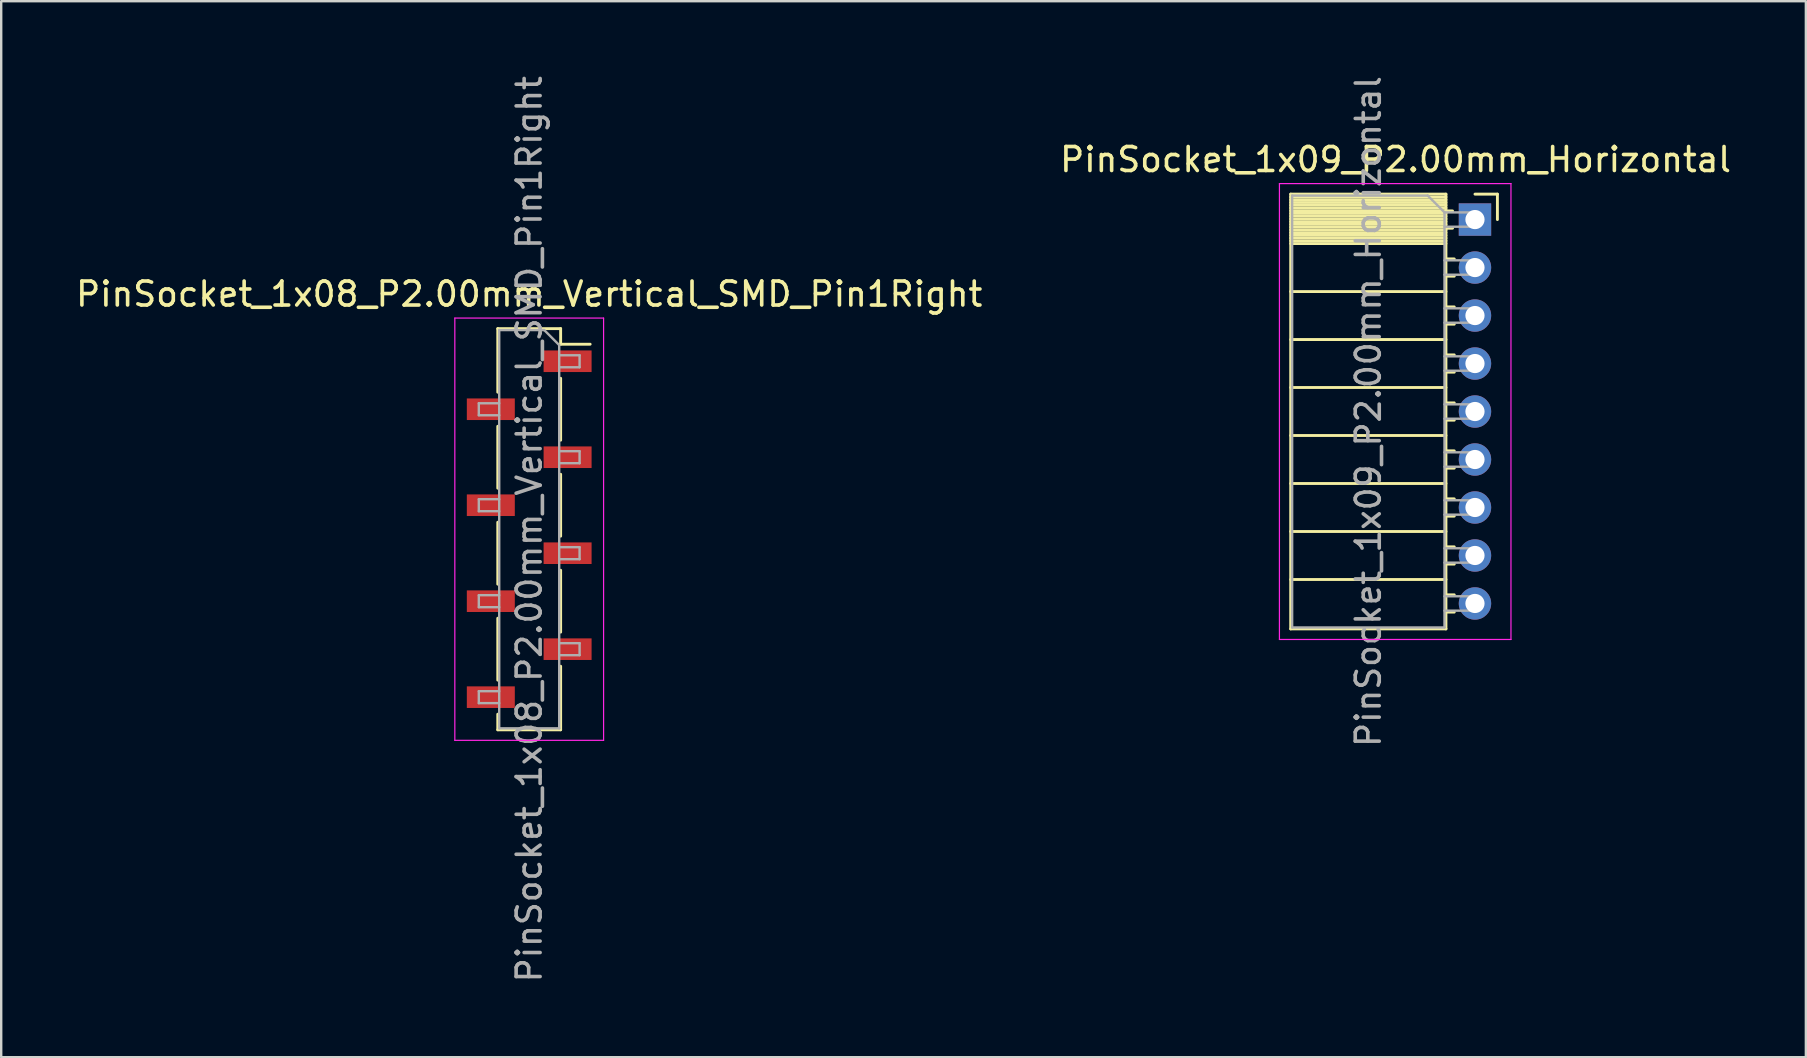
<source format=kicad_pcb>
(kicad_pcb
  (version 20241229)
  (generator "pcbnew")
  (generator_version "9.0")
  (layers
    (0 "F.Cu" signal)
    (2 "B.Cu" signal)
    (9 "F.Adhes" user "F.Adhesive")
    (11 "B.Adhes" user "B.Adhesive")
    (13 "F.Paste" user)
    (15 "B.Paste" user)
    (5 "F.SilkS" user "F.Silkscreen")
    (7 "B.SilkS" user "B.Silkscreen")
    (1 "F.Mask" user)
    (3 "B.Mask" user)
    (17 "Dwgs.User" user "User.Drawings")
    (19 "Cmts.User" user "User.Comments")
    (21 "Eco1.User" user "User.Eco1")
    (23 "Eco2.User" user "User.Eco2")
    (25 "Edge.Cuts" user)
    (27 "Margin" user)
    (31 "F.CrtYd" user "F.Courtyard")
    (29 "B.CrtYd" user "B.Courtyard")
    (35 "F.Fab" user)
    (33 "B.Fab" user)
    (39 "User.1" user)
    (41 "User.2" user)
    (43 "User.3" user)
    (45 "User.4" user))
  (footprint "PinSocket_1x09_P2.00mm_Horizontal"
    (layer "F.Cu")
    (at 58.423 6.101)
    (property "Reference" "PinSocket_1x09_P2.00mm_Horizontal" (at -3.31 -2.5 0) (layer "F.SilkS") (effects (font (size 1 1) (thickness 0.15))))
    (attr through_hole)
    (fp_line (start -7.68 -1.06) (end -7.68 17.06) (stroke (width 0.12) (type solid)) (layer "F.SilkS"))
    (fp_line (start -7.68 -1.06) (end -1.21 -1.06) (stroke (width 0.12) (type solid)) (layer "F.SilkS"))
    (fp_line (start -7.68 -0.94) (end -1.21 -0.94) (stroke (width 0.12) (type solid)) (layer "F.SilkS"))
    (fp_line (start -7.68 -0.826) (end -1.21 -0.826) (stroke (width 0.12) (type solid)) (layer "F.SilkS"))
    (fp_line (start -7.68 -0.712) (end -1.21 -0.712) (stroke (width 0.12) (type solid)) (layer "F.SilkS"))
    (fp_line (start -7.68 -0.598) (end -1.21 -0.598) (stroke (width 0.12) (type solid)) (layer "F.SilkS"))
    (fp_line (start -7.68 -0.484) (end -1.21 -0.484) (stroke (width 0.12) (type solid)) (layer "F.SilkS"))
    (fp_line (start -7.68 -0.369) (end -1.21 -0.369) (stroke (width 0.12) (type solid)) (layer "F.SilkS"))
    (fp_line (start -7.68 -0.255) (end -1.21 -0.255) (stroke (width 0.12) (type solid)) (layer "F.SilkS"))
    (fp_line (start -7.68 -0.141) (end -1.21 -0.141) (stroke (width 0.12) (type solid)) (layer "F.SilkS"))
    (fp_line (start -7.68 -0.027) (end -1.21 -0.027) (stroke (width 0.12) (type solid)) (layer "F.SilkS"))
    (fp_line (start -7.68 0.087) (end -1.21 0.087) (stroke (width 0.12) (type solid)) (layer "F.SilkS"))
    (fp_line (start -7.68 0.201) (end -1.21 0.201) (stroke (width 0.12) (type solid)) (layer "F.SilkS"))
    (fp_line (start -7.68 0.315) (end -1.21 0.315) (stroke (width 0.12) (type solid)) (layer "F.SilkS"))
    (fp_line (start -7.68 0.429) (end -1.21 0.429) (stroke (width 0.12) (type solid)) (layer "F.SilkS"))
    (fp_line (start -7.68 0.544) (end -1.21 0.544) (stroke (width 0.12) (type solid)) (layer "F.SilkS"))
    (fp_line (start -7.68 0.658) (end -1.21 0.658) (stroke (width 0.12) (type solid)) (layer "F.SilkS"))
    (fp_line (start -7.68 0.772) (end -1.21 0.772) (stroke (width 0.12) (type solid)) (layer "F.SilkS"))
    (fp_line (start -7.68 0.886) (end -1.21 0.886) (stroke (width 0.12) (type solid)) (layer "F.SilkS"))
    (fp_line (start -7.68 1) (end -1.21 1) (stroke (width 0.12) (type solid)) (layer "F.SilkS"))
    (fp_line (start -7.68 3) (end -1.21 3) (stroke (width 0.12) (type solid)) (layer "F.SilkS"))
    (fp_line (start -7.68 5) (end -1.21 5) (stroke (width 0.12) (type solid)) (layer "F.SilkS"))
    (fp_line (start -7.68 7) (end -1.21 7) (stroke (width 0.12) (type solid)) (layer "F.SilkS"))
    (fp_line (start -7.68 9) (end -1.21 9) (stroke (width 0.12) (type solid)) (layer "F.SilkS"))
    (fp_line (start -7.68 11) (end -1.21 11) (stroke (width 0.12) (type solid)) (layer "F.SilkS"))
    (fp_line (start -7.68 13) (end -1.21 13) (stroke (width 0.12) (type solid)) (layer "F.SilkS"))
    (fp_line (start -7.68 15) (end -1.21 15) (stroke (width 0.12) (type solid)) (layer "F.SilkS"))
    (fp_line (start -7.68 17.06) (end -1.21 17.06) (stroke (width 0.12) (type solid)) (layer "F.SilkS"))
    (fp_line (start -1.21 -1.06) (end -1.21 17.06) (stroke (width 0.12) (type solid)) (layer "F.SilkS"))
    (fp_line (start -1.21 -0.36) (end -0.935 -0.36) (stroke (width 0.12) (type solid)) (layer "F.SilkS"))
    (fp_line (start -1.21 0.36) (end -0.935 0.36) (stroke (width 0.12) (type solid)) (layer "F.SilkS"))
    (fp_line (start -1.21 1.64) (end -0.863 1.64) (stroke (width 0.12) (type solid)) (layer "F.SilkS"))
    (fp_line (start -1.21 2.36) (end -0.863 2.36) (stroke (width 0.12) (type solid)) (layer "F.SilkS"))
    (fp_line (start -1.21 3.64) (end -0.863 3.64) (stroke (width 0.12) (type solid)) (layer "F.SilkS"))
    (fp_line (start -1.21 4.36) (end -0.863 4.36) (stroke (width 0.12) (type solid)) (layer "F.SilkS"))
    (fp_line (start -1.21 5.64) (end -0.863 5.64) (stroke (width 0.12) (type solid)) (layer "F.SilkS"))
    (fp_line (start -1.21 6.36) (end -0.863 6.36) (stroke (width 0.12) (type solid)) (layer "F.SilkS"))
    (fp_line (start -1.21 7.64) (end -0.863 7.64) (stroke (width 0.12) (type solid)) (layer "F.SilkS"))
    (fp_line (start -1.21 8.36) (end -0.863 8.36) (stroke (width 0.12) (type solid)) (layer "F.SilkS"))
    (fp_line (start -1.21 9.64) (end -0.863 9.64) (stroke (width 0.12) (type solid)) (layer "F.SilkS"))
    (fp_line (start -1.21 10.36) (end -0.863 10.36) (stroke (width 0.12) (type solid)) (layer "F.SilkS"))
    (fp_line (start -1.21 11.64) (end -0.863 11.64) (stroke (width 0.12) (type solid)) (layer "F.SilkS"))
    (fp_line (start -1.21 12.36) (end -0.863 12.36) (stroke (width 0.12) (type solid)) (layer "F.SilkS"))
    (fp_line (start -1.21 13.64) (end -0.863 13.64) (stroke (width 0.12) (type solid)) (layer "F.SilkS"))
    (fp_line (start -1.21 14.36) (end -0.863 14.36) (stroke (width 0.12) (type solid)) (layer "F.SilkS"))
    (fp_line (start -1.21 15.64) (end -0.863 15.64) (stroke (width 0.12) (type solid)) (layer "F.SilkS"))
    (fp_line (start -1.21 16.36) (end -0.863 16.36) (stroke (width 0.12) (type solid)) (layer "F.SilkS"))
    (fp_line (start 0 -1.06) (end 0.935 -1.06) (stroke (width 0.12) (type solid)) (layer "F.SilkS"))
    (fp_line (start 0.935 -1.06) (end 0.935 0) (stroke (width 0.12) (type solid)) (layer "F.SilkS"))
    (fp_line (start -8.15 -1.5) (end -8.15 17.5) (stroke (width 0.05) (type solid)) (layer "F.CrtYd"))
    (fp_line (start -8.15 17.5) (end 1.5 17.5) (stroke (width 0.05) (type solid)) (layer "F.CrtYd"))
    (fp_line (start 1.5 -1.5) (end -8.15 -1.5) (stroke (width 0.05) (type solid)) (layer "F.CrtYd"))
    (fp_line (start 1.5 17.5) (end 1.5 -1.5) (stroke (width 0.05) (type solid)) (layer "F.CrtYd"))
    (fp_line (start -7.62 -1) (end -1.97 -1) (stroke (width 0.1) (type solid)) (layer "F.Fab"))
    (fp_line (start -7.62 17) (end -7.62 -1) (stroke (width 0.1) (type solid)) (layer "F.Fab"))
    (fp_line (start -1.97 -1) (end -1.27 -0.3) (stroke (width 0.1) (type solid)) (layer "F.Fab"))
    (fp_line (start -1.27 -0.3) (end -1.27 17) (stroke (width 0.1) (type solid)) (layer "F.Fab"))
    (fp_line (start -1.27 0.3) (end 0 0.3) (stroke (width 0.1) (type solid)) (layer "F.Fab"))
    (fp_line (start -1.27 2.3) (end 0 2.3) (stroke (width 0.1) (type solid)) (layer "F.Fab"))
    (fp_line (start -1.27 4.3) (end 0 4.3) (stroke (width 0.1) (type solid)) (layer "F.Fab"))
    (fp_line (start -1.27 6.3) (end 0 6.3) (stroke (width 0.1) (type solid)) (layer "F.Fab"))
    (fp_line (start -1.27 8.3) (end 0 8.3) (stroke (width 0.1) (type solid)) (layer "F.Fab"))
    (fp_line (start -1.27 10.3) (end 0 10.3) (stroke (width 0.1) (type solid)) (layer "F.Fab"))
    (fp_line (start -1.27 12.3) (end 0 12.3) (stroke (width 0.1) (type solid)) (layer "F.Fab"))
    (fp_line (start -1.27 14.3) (end 0 14.3) (stroke (width 0.1) (type solid)) (layer "F.Fab"))
    (fp_line (start -1.27 16.3) (end 0 16.3) (stroke (width 0.1) (type solid)) (layer "F.Fab"))
    (fp_line (start -1.27 17) (end -7.62 17) (stroke (width 0.1) (type solid)) (layer "F.Fab"))
    (fp_line (start 0 -0.3) (end -1.27 -0.3) (stroke (width 0.1) (type solid)) (layer "F.Fab"))
    (fp_line (start 0 0.3) (end 0 -0.3) (stroke (width 0.1) (type solid)) (layer "F.Fab"))
    (fp_line (start 0 1.7) (end -1.27 1.7) (stroke (width 0.1) (type solid)) (layer "F.Fab"))
    (fp_line (start 0 2.3) (end 0 1.7) (stroke (width 0.1) (type solid)) (layer "F.Fab"))
    (fp_line (start 0 3.7) (end -1.27 3.7) (stroke (width 0.1) (type solid)) (layer "F.Fab"))
    (fp_line (start 0 4.3) (end 0 3.7) (stroke (width 0.1) (type solid)) (layer "F.Fab"))
    (fp_line (start 0 5.7) (end -1.27 5.7) (stroke (width 0.1) (type solid)) (layer "F.Fab"))
    (fp_line (start 0 6.3) (end 0 5.7) (stroke (width 0.1) (type solid)) (layer "F.Fab"))
    (fp_line (start 0 7.7) (end -1.27 7.7) (stroke (width 0.1) (type solid)) (layer "F.Fab"))
    (fp_line (start 0 8.3) (end 0 7.7) (stroke (width 0.1) (type solid)) (layer "F.Fab"))
    (fp_line (start 0 9.7) (end -1.27 9.7) (stroke (width 0.1) (type solid)) (layer "F.Fab"))
    (fp_line (start 0 10.3) (end 0 9.7) (stroke (width 0.1) (type solid)) (layer "F.Fab"))
    (fp_line (start 0 11.7) (end -1.27 11.7) (stroke (width 0.1) (type solid)) (layer "F.Fab"))
    (fp_line (start 0 12.3) (end 0 11.7) (stroke (width 0.1) (type solid)) (layer "F.Fab"))
    (fp_line (start 0 13.7) (end -1.27 13.7) (stroke (width 0.1) (type solid)) (layer "F.Fab"))
    (fp_line (start 0 14.3) (end 0 13.7) (stroke (width 0.1) (type solid)) (layer "F.Fab"))
    (fp_line (start 0 15.7) (end -1.27 15.7) (stroke (width 0.1) (type solid)) (layer "F.Fab"))
    (fp_line (start 0 16.3) (end 0 15.7) (stroke (width 0.1) (type solid)) (layer "F.Fab"))
    (fp_text user "${REFERENCE}" (at -4.445 8 90) (layer "F.Fab") (effects (font (size 1 1) (thickness 0.15))))
    (pad "1" thru_hole rect (at 0 0) (size 1.35 1.35) (drill 0.8) (layers "*.Cu" "*.Mask"))
    (pad "2" thru_hole oval (at 0 2) (size 1.35 1.35) (drill 0.8) (layers "*.Cu" "*.Mask"))
    (pad "3" thru_hole oval (at 0 4) (size 1.35 1.35) (drill 0.8) (layers "*.Cu" "*.Mask"))
    (pad "4" thru_hole oval (at 0 6) (size 1.35 1.35) (drill 0.8) (layers "*.Cu" "*.Mask"))
    (pad "5" thru_hole oval (at 0 8) (size 1.35 1.35) (drill 0.8) (layers "*.Cu" "*.Mask"))
    (pad "6" thru_hole oval (at 0 10) (size 1.35 1.35) (drill 0.8) (layers "*.Cu" "*.Mask"))
    (pad "7" thru_hole oval (at 0 12) (size 1.35 1.35) (drill 0.8) (layers "*.Cu" "*.Mask"))
    (pad "8" thru_hole oval (at 0 14) (size 1.35 1.35) (drill 0.8) (layers "*.Cu" "*.Mask"))
    (pad "9" thru_hole oval (at 0 16) (size 1.35 1.35) (drill 0.8) (layers "*.Cu" "*.Mask")))
  (footprint "PinSocket_1x08_P2.00mm_Vertical_SMD_Pin1Right"
    (layer "F.Cu")
    (at 19.006 19.006)
    (property "Reference" "PinSocket_1x08_P2.00mm_Vertical_SMD_Pin1Right" (at 0 -9.8 0) (layer "F.SilkS") (effects (font (size 1 1) (thickness 0.15))))
    (attr smd)
    (fp_line (start -1.31 -8.36) (end -1.31 -5.71) (stroke (width 0.12) (type solid)) (layer "F.SilkS"))
    (fp_line (start -1.31 -8.36) (end 1.31 -8.36) (stroke (width 0.12) (type solid)) (layer "F.SilkS"))
    (fp_line (start -1.31 -4.29) (end -1.31 -1.71) (stroke (width 0.12) (type solid)) (layer "F.SilkS"))
    (fp_line (start -1.31 -0.29) (end -1.31 2.29) (stroke (width 0.12) (type solid)) (layer "F.SilkS"))
    (fp_line (start -1.31 3.71) (end -1.31 6.29) (stroke (width 0.12) (type solid)) (layer "F.SilkS"))
    (fp_line (start -1.31 7.71) (end -1.31 8.36) (stroke (width 0.12) (type solid)) (layer "F.SilkS"))
    (fp_line (start -1.31 8.36) (end 1.31 8.36) (stroke (width 0.12) (type solid)) (layer "F.SilkS"))
    (fp_line (start 1.31 -8.36) (end 1.31 -7.71) (stroke (width 0.12) (type solid)) (layer "F.SilkS"))
    (fp_line (start 1.31 -7.71) (end 2.54 -7.71) (stroke (width 0.12) (type solid)) (layer "F.SilkS"))
    (fp_line (start 1.31 -6.29) (end 1.31 -3.71) (stroke (width 0.12) (type solid)) (layer "F.SilkS"))
    (fp_line (start 1.31 -2.29) (end 1.31 0.29) (stroke (width 0.12) (type solid)) (layer "F.SilkS"))
    (fp_line (start 1.31 1.71) (end 1.31 4.29) (stroke (width 0.12) (type solid)) (layer "F.SilkS"))
    (fp_line (start 1.31 5.71) (end 1.31 8.36) (stroke (width 0.12) (type solid)) (layer "F.SilkS"))
    (fp_line (start -3.1 -8.8) (end 3.1 -8.8) (stroke (width 0.05) (type solid)) (layer "F.CrtYd"))
    (fp_line (start -3.1 8.8) (end -3.1 -8.8) (stroke (width 0.05) (type solid)) (layer "F.CrtYd"))
    (fp_line (start 3.1 -8.8) (end 3.1 8.8) (stroke (width 0.05) (type solid)) (layer "F.CrtYd"))
    (fp_line (start 3.1 8.8) (end -3.1 8.8) (stroke (width 0.05) (type solid)) (layer "F.CrtYd"))
    (fp_line (start -2.1 -5.25) (end -1.25 -5.25) (stroke (width 0.1) (type solid)) (layer "F.Fab"))
    (fp_line (start -2.1 -4.75) (end -2.1 -5.25) (stroke (width 0.1) (type solid)) (layer "F.Fab"))
    (fp_line (start -2.1 -1.25) (end -1.25 -1.25) (stroke (width 0.1) (type solid)) (layer "F.Fab"))
    (fp_line (start -2.1 -0.75) (end -2.1 -1.25) (stroke (width 0.1) (type solid)) (layer "F.Fab"))
    (fp_line (start -2.1 2.75) (end -1.25 2.75) (stroke (width 0.1) (type solid)) (layer "F.Fab"))
    (fp_line (start -2.1 3.25) (end -2.1 2.75) (stroke (width 0.1) (type solid)) (layer "F.Fab"))
    (fp_line (start -2.1 6.75) (end -1.25 6.75) (stroke (width 0.1) (type solid)) (layer "F.Fab"))
    (fp_line (start -2.1 7.25) (end -2.1 6.75) (stroke (width 0.1) (type solid)) (layer "F.Fab"))
    (fp_line (start -1.25 -8.3) (end 0.625 -8.3) (stroke (width 0.1) (type solid)) (layer "F.Fab"))
    (fp_line (start -1.25 -4.75) (end -2.1 -4.75) (stroke (width 0.1) (type solid)) (layer "F.Fab"))
    (fp_line (start -1.25 -0.75) (end -2.1 -0.75) (stroke (width 0.1) (type solid)) (layer "F.Fab"))
    (fp_line (start -1.25 3.25) (end -2.1 3.25) (stroke (width 0.1) (type solid)) (layer "F.Fab"))
    (fp_line (start -1.25 7.25) (end -2.1 7.25) (stroke (width 0.1) (type solid)) (layer "F.Fab"))
    (fp_line (start -1.25 8.3) (end -1.25 -8.3) (stroke (width 0.1) (type solid)) (layer "F.Fab"))
    (fp_line (start 0.625 -8.3) (end 1.25 -7.675) (stroke (width 0.1) (type solid)) (layer "F.Fab"))
    (fp_line (start 1.25 -7.675) (end 1.25 8.3) (stroke (width 0.1) (type solid)) (layer "F.Fab"))
    (fp_line (start 1.25 -7.25) (end 2.1 -7.25) (stroke (width 0.1) (type solid)) (layer "F.Fab"))
    (fp_line (start 1.25 -3.25) (end 2.1 -3.25) (stroke (width 0.1) (type solid)) (layer "F.Fab"))
    (fp_line (start 1.25 0.75) (end 2.1 0.75) (stroke (width 0.1) (type solid)) (layer "F.Fab"))
    (fp_line (start 1.25 4.75) (end 2.1 4.75) (stroke (width 0.1) (type solid)) (layer "F.Fab"))
    (fp_line (start 1.25 8.3) (end -1.25 8.3) (stroke (width 0.1) (type solid)) (layer "F.Fab"))
    (fp_line (start 2.1 -7.25) (end 2.1 -6.75) (stroke (width 0.1) (type solid)) (layer "F.Fab"))
    (fp_line (start 2.1 -6.75) (end 1.25 -6.75) (stroke (width 0.1) (type solid)) (layer "F.Fab"))
    (fp_line (start 2.1 -3.25) (end 2.1 -2.75) (stroke (width 0.1) (type solid)) (layer "F.Fab"))
    (fp_line (start 2.1 -2.75) (end 1.25 -2.75) (stroke (width 0.1) (type solid)) (layer "F.Fab"))
    (fp_line (start 2.1 0.75) (end 2.1 1.25) (stroke (width 0.1) (type solid)) (layer "F.Fab"))
    (fp_line (start 2.1 1.25) (end 1.25 1.25) (stroke (width 0.1) (type solid)) (layer "F.Fab"))
    (fp_line (start 2.1 4.75) (end 2.1 5.25) (stroke (width 0.1) (type solid)) (layer "F.Fab"))
    (fp_line (start 2.1 5.25) (end 1.25 5.25) (stroke (width 0.1) (type solid)) (layer "F.Fab"))
    (fp_text user "${REFERENCE}" (at 0 0 90) (layer "F.Fab") (effects (font (size 1 1) (thickness 0.15))))
    (pad "1" smd rect (at 1.6 -7) (size 2 0.9) (layers "F.Cu" "F.Mask" "F.Paste"))
    (pad "2" smd rect (at -1.6 -5) (size 2 0.9) (layers "F.Cu" "F.Mask" "F.Paste"))
    (pad "3" smd rect (at 1.6 -3) (size 2 0.9) (layers "F.Cu" "F.Mask" "F.Paste"))
    (pad "4" smd rect (at -1.6 -1) (size 2 0.9) (layers "F.Cu" "F.Mask" "F.Paste"))
    (pad "5" smd rect (at 1.6 1) (size 2 0.9) (layers "F.Cu" "F.Mask" "F.Paste"))
    (pad "6" smd rect (at -1.6 3) (size 2 0.9) (layers "F.Cu" "F.Mask" "F.Paste"))
    (pad "7" smd rect (at 1.6 5) (size 2 0.9) (layers "F.Cu" "F.Mask" "F.Paste"))
    (pad "8" smd rect (at -1.6 7) (size 2 0.9) (layers "F.Cu" "F.Mask" "F.Paste")))
  (gr_rect
    (start -3 -3)
    (end 72.214 41.012)
    (stroke (width 0.1) (type default))
    (fill no)
    (layer "Edge.Cuts")))
</source>
